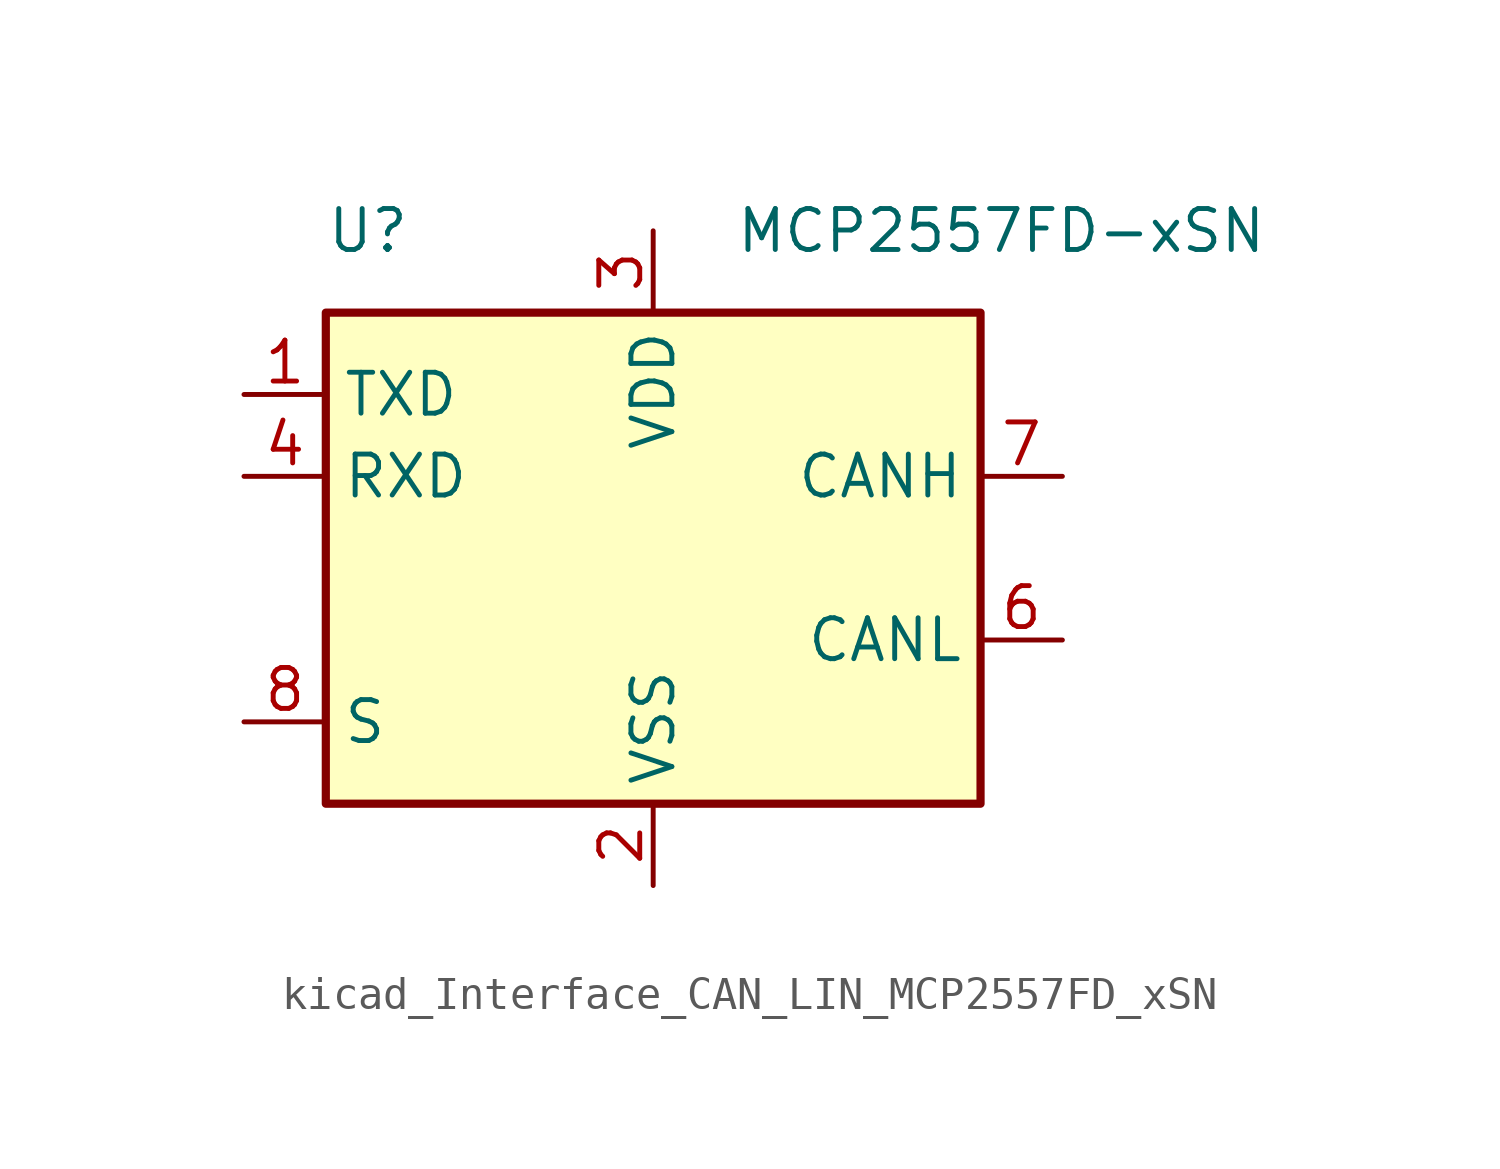
<source format=kicad_sym>
(kicad_symbol_lib
  (version 20220914)
  (generator kicad_symbol_editor)
  (symbol "kicad_Interface_CAN_LIN_MCP2557FD_xSN"
    (property "Reference" "U"
      (at -10.16 10.16 0)
      (effects (font (size 1.27 1.27)) (justify left)))
    (property "Value" "MCP2557FD-xSN"
      (at 2.54 10.16 0)
      (effects (font (size 1.27 1.27)) (justify left)))
    (symbol "kicad_Interface_CAN_LIN_MCP2557FD_xSN_0_1"
      (rectangle (start -10.16 7.62) (end 10.16 -7.62) (stroke (width 0.254) (type default)) (fill (type background))))
    (symbol "kicad_Interface_CAN_LIN_MCP2557FD_xSN_1_1"
      (pin input line (at -12.7 5.08 0) (length 2.54) (name "TXD" (effects (font (size 1.27 1.27)))) (number "1" (effects (font (size 1.27 1.27)))))
      (pin power_in line (at 0 -10.16 90) (length 2.54) (name "VSS" (effects (font (size 1.27 1.27)))) (number "2" (effects (font (size 1.27 1.27)))))
      (pin power_in line (at 0 10.16 270) (length 2.54) (name "VDD" (effects (font (size 1.27 1.27)))) (number "3" (effects (font (size 1.27 1.27)))))
      (pin output line (at -12.7 2.54 0) (length 2.54) (name "RXD" (effects (font (size 1.27 1.27)))) (number "4" (effects (font (size 1.27 1.27)))))
      (pin no_connect line (at -10.16 -2.54 0) (length 2.54) hide (name "NC" (effects (font (size 1.27 1.27)))) (number "5" (effects (font (size 1.27 1.27)))))
      (pin bidirectional line (at 12.7 -2.54 180) (length 2.54) (name "CANL" (effects (font (size 1.27 1.27)))) (number "6" (effects (font (size 1.27 1.27)))))
      (pin bidirectional line (at 12.7 2.54 180) (length 2.54) (name "CANH" (effects (font (size 1.27 1.27)))) (number "7" (effects (font (size 1.27 1.27)))))
      (pin input line (at -12.7 -5.08 0) (length 2.54) (name "S" (effects (font (size 1.27 1.27)))) (number "8" (effects (font (size 1.27 1.27))))))))
</source>
